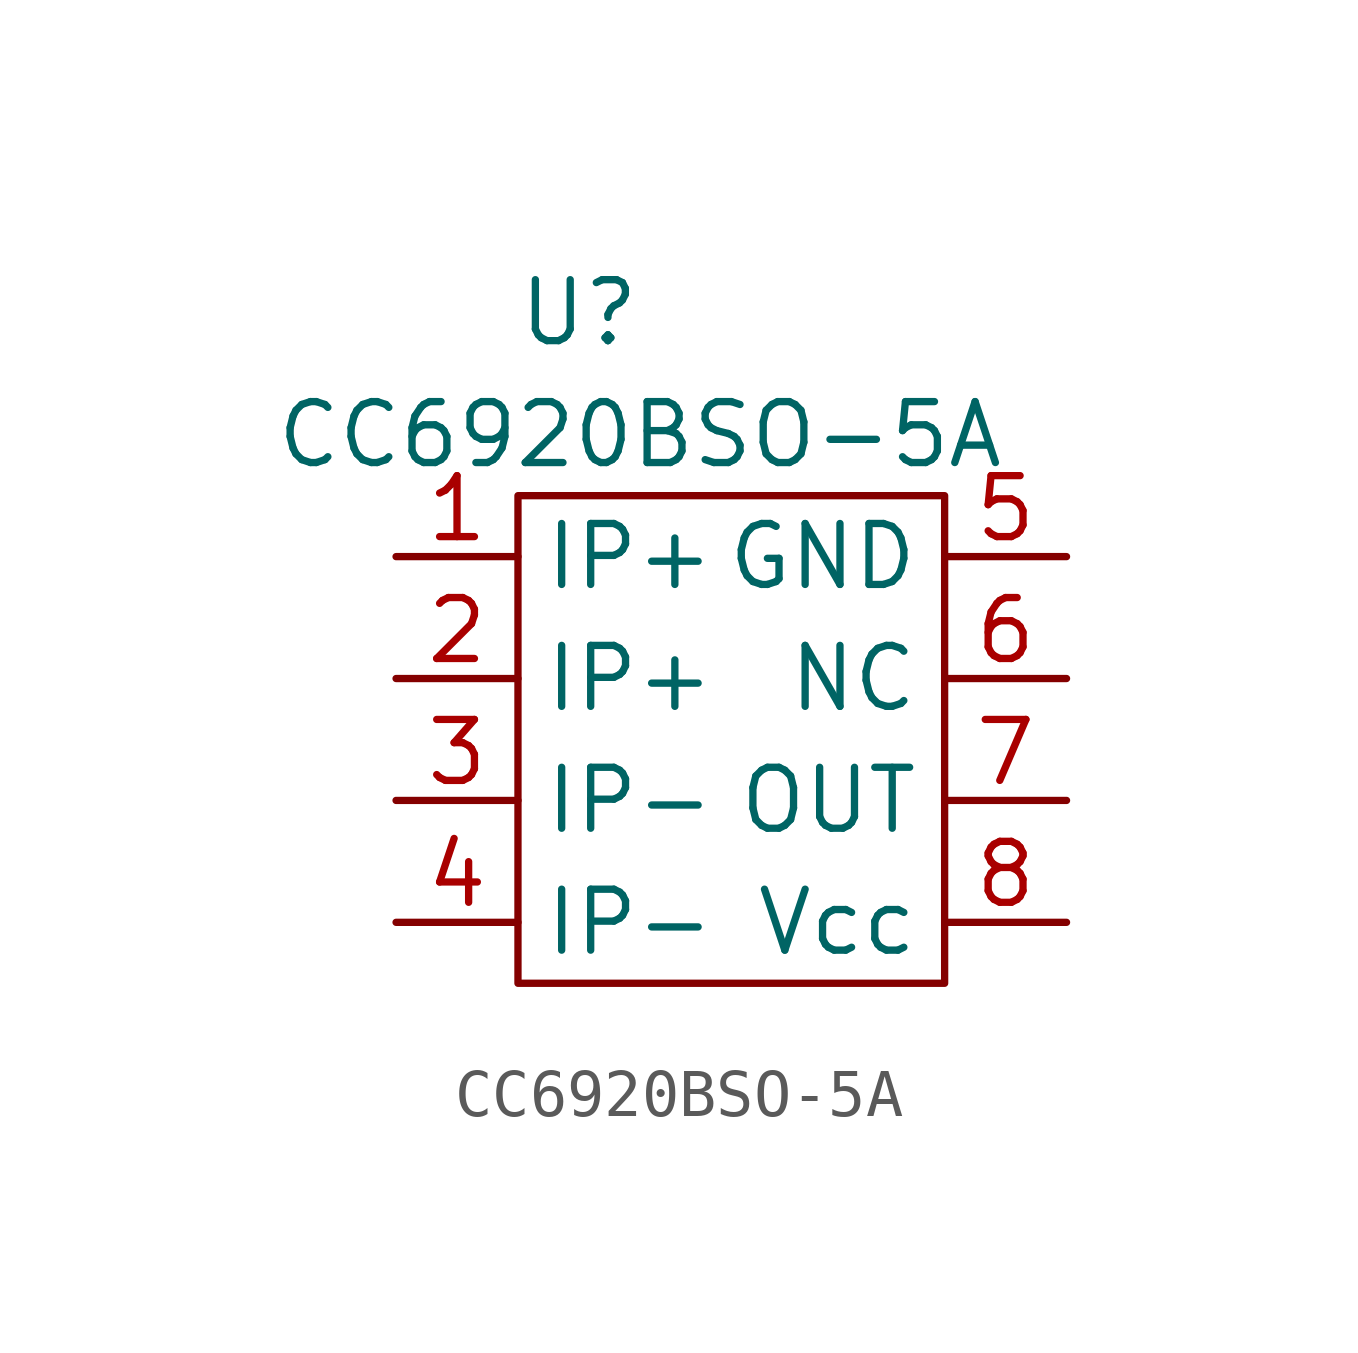
<source format=kicad_sym>
(kicad_symbol_lib
  (version 20211014)
  (generator kicad_symbol_editor)
  (symbol "CC6920BSO-5A"
    (property "Reference" "U"
      (at 3.81 5.08 0)
      (effects (font (size 1.27 1.27))))
    (property "Value" "CC6920BSO-5A"
      (at 5.08 2.54 0)
      (effects (font (size 1.27 1.27))))
    (symbol "CC6920BSO-5A_0_0"
      (pin unspecified line (at 0 0 0) (length 2.54) (name "IP+" (effects (font (size 1.27 1.27)))) (number "1" (effects (font (size 1.27 1.27)))))
      (pin unspecified line (at 0 -2.54 0) (length 2.54) (name "IP+" (effects (font (size 1.27 1.27)))) (number "2" (effects (font (size 1.27 1.27)))))
      (pin unspecified line (at 0 -5.08 0) (length 2.54) (name "IP-" (effects (font (size 1.27 1.27)))) (number "3" (effects (font (size 1.27 1.27)))))
      (pin unspecified line (at 0 -7.62 0) (length 2.54) (name "IP-" (effects (font (size 1.27 1.27)))) (number "4" (effects (font (size 1.27 1.27)))))
      (pin unspecified line (at 13.97 0 180) (length 2.54) (name "GND" (effects (font (size 1.27 1.27)))) (number "5" (effects (font (size 1.27 1.27)))))
      (pin unspecified line (at 13.97 -2.54 180) (length 2.54) (name "NC" (effects (font (size 1.27 1.27)))) (number "6" (effects (font (size 1.27 1.27)))))
      (pin unspecified line (at 13.97 -5.08 180) (length 2.54) (name "OUT" (effects (font (size 1.27 1.27)))) (number "7" (effects (font (size 1.27 1.27)))))
      (pin unspecified line (at 13.97 -7.62 180) (length 2.54) (name "Vcc" (effects (font (size 1.27 1.27)))) (number "8" (effects (font (size 1.27 1.27))))))
    (symbol "CC6920BSO-5A_0_1"
      (rectangle (start 2.54 1.27) (end 11.43 -8.89) (stroke (width 0) (type default) (color 0 0 0 0)) (fill (type none))))))
</source>
